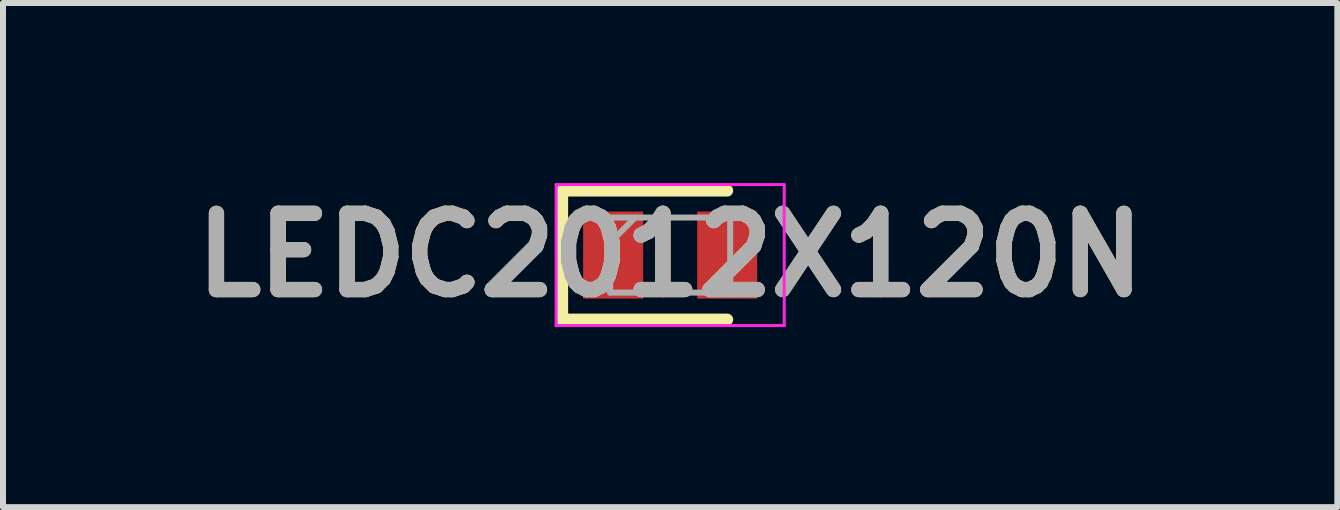
<source format=kicad_pcb>
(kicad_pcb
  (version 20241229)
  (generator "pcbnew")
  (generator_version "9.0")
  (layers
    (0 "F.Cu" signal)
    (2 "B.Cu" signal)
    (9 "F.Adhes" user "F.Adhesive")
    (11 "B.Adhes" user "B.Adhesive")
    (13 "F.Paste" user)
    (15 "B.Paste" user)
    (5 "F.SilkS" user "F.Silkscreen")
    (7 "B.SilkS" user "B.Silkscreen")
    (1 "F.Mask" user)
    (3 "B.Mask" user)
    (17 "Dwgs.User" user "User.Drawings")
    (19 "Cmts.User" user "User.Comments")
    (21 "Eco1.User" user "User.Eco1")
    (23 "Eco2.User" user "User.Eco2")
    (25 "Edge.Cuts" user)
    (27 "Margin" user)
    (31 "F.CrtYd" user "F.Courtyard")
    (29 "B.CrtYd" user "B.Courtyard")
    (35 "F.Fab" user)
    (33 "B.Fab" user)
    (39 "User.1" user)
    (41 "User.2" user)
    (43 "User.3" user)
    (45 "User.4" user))
  (footprint "LEDC2012X120N"
    (layer "F.Cu")
    (at 8.116 1.2)
    (property "Reference" "LEDC2012X120N" (at 0 0 0) (layer "F.SilkS") (effects (font (size 1.27 1.27) (thickness 0.254))))
    (attr smd)
    (fp_line (start -1.8 -1.075) (end -1.8 1.075) (stroke (width 0.2) (type solid)) (layer "F.SilkS"))
    (fp_line (start -1.8 1.075) (end 0.95 1.075) (stroke (width 0.2) (type solid)) (layer "F.SilkS"))
    (fp_line (start 0.95 -1.075) (end -1.8 -1.075) (stroke (width 0.2) (type solid)) (layer "F.SilkS"))
    (fp_line (start -1.9 -1.175) (end 1.9 -1.175) (stroke (width 0.05) (type solid)) (layer "F.CrtYd"))
    (fp_line (start -1.9 1.175) (end -1.9 -1.175) (stroke (width 0.05) (type solid)) (layer "F.CrtYd"))
    (fp_line (start 1.9 -1.175) (end 1.9 1.175) (stroke (width 0.05) (type solid)) (layer "F.CrtYd"))
    (fp_line (start 1.9 1.175) (end -1.9 1.175) (stroke (width 0.05) (type solid)) (layer "F.CrtYd"))
    (fp_line (start -1 -0.625) (end 1 -0.625) (stroke (width 0.1) (type solid)) (layer "F.Fab"))
    (fp_line (start -1 -0.208) (end -0.583 -0.625) (stroke (width 0.1) (type solid)) (layer "F.Fab"))
    (fp_line (start -1 0.625) (end -1 -0.625) (stroke (width 0.1) (type solid)) (layer "F.Fab"))
    (fp_line (start 1 -0.625) (end 1 0.625) (stroke (width 0.1) (type solid)) (layer "F.Fab"))
    (fp_line (start 1 0.625) (end -1 0.625) (stroke (width 0.1) (type solid)) (layer "F.Fab"))
    (fp_text user "${REFERENCE}" (at 0 0 0) (layer "F.Fab") (effects (font (size 1.27 1.27) (thickness 0.254))))
    (pad "1" smd rect (at -0.95 0) (size 1 1.45) (layers "F.Cu" "F.Mask" "F.Paste"))
    (pad "2" smd rect (at 0.95 0) (size 1 1.45) (layers "F.Cu" "F.Mask" "F.Paste")))
  (gr_rect
    (start -3 -3)
    (end 19.232 5.4)
    (stroke (width 0.1) (type default))
    (fill no)
    (layer "Edge.Cuts")))
</source>
